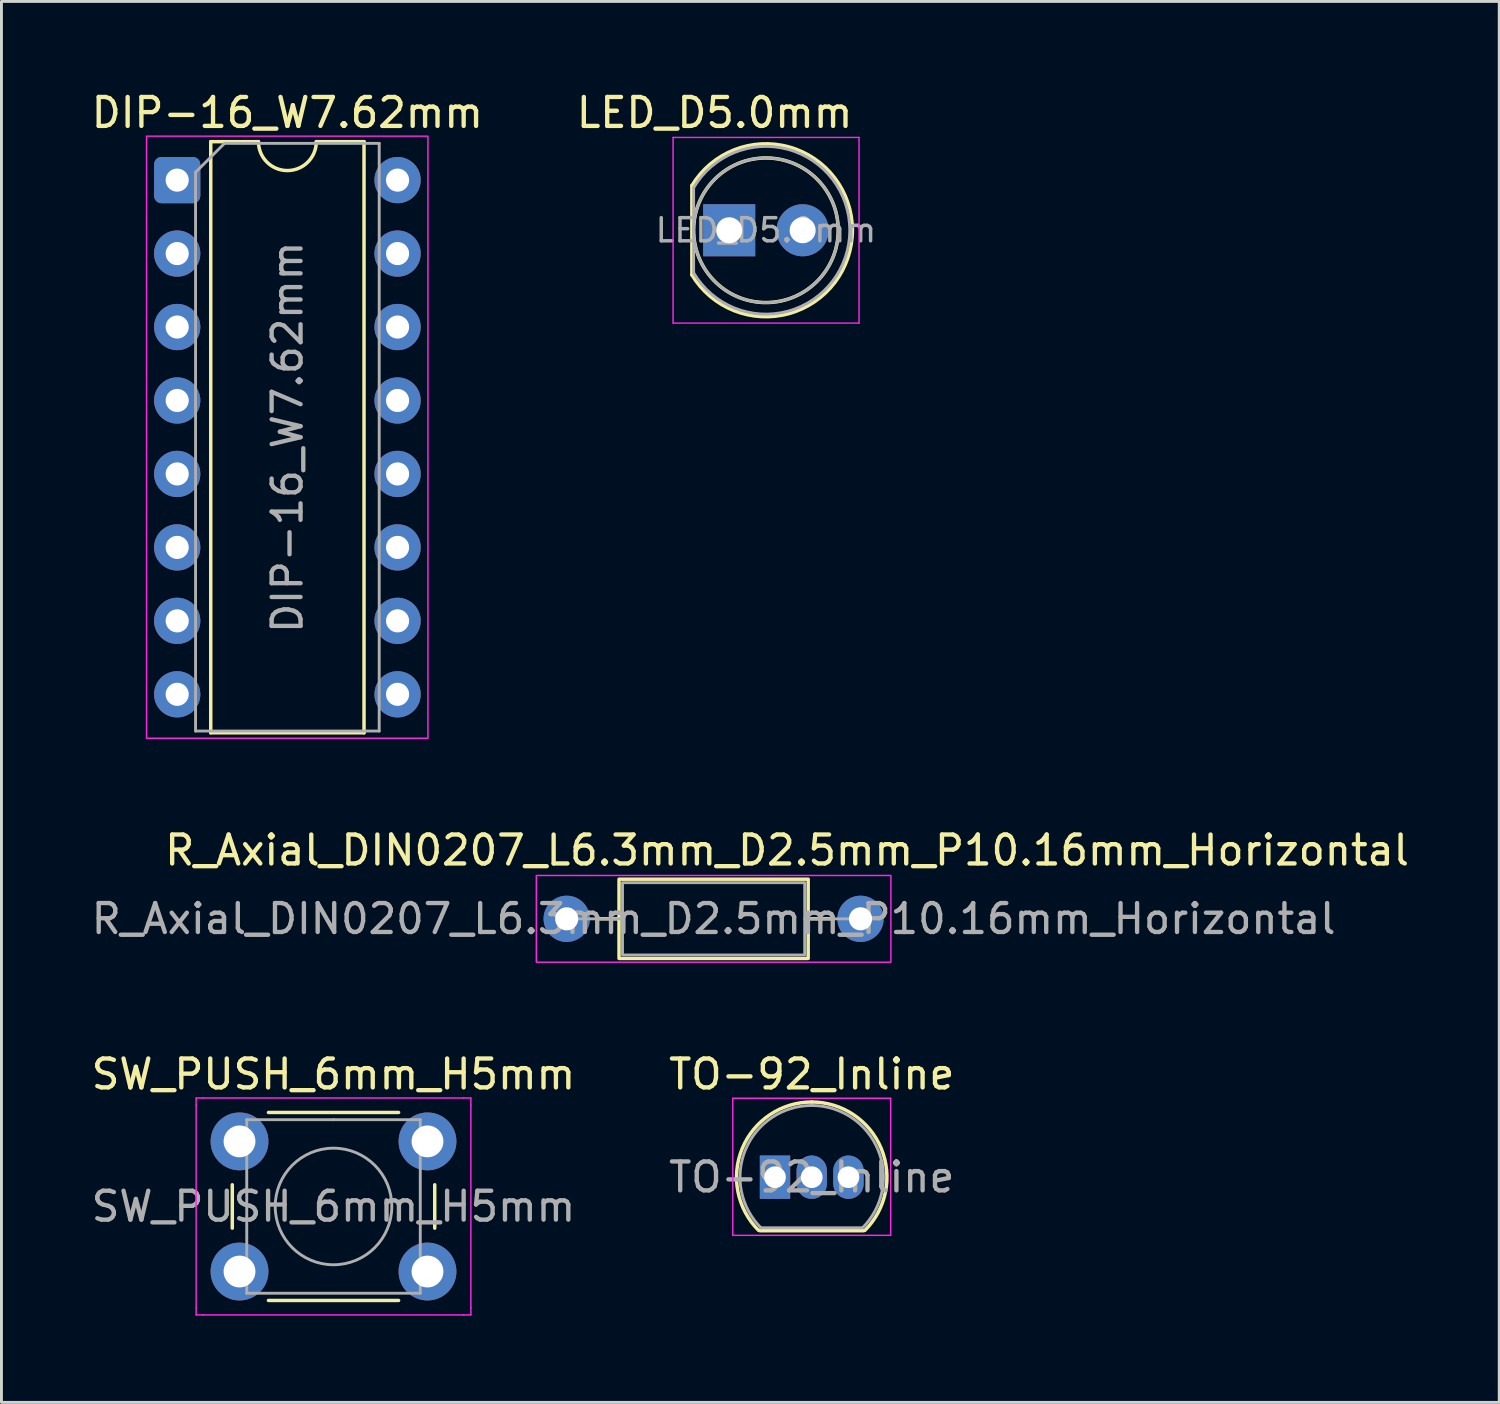
<source format=kicad_pcb>
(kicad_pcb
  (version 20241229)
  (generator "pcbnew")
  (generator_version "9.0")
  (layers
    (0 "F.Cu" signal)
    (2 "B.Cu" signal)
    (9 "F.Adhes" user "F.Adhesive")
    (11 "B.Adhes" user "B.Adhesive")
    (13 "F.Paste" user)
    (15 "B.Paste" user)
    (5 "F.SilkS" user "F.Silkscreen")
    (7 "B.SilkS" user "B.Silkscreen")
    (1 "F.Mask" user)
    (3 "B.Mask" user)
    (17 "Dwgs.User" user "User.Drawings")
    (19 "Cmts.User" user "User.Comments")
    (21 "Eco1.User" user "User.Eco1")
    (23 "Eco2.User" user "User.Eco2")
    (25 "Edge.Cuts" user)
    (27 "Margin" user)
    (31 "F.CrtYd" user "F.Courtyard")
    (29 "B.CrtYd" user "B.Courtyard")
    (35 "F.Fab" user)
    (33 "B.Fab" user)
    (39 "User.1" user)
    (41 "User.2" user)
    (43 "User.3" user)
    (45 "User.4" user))
  (footprint "R_Axial_DIN0207_L6.3mm_D2.5mm_P10.16mm_Horizontal"
    (layer "F.Cu")
    (at 16.545 28.721)
    (property "Reference" "R_Axial_DIN0207_L6.3mm_D2.5mm_P10.16mm_Horizontal" (at 7.62 -2.37 180) (layer "F.SilkS") (effects (font (size 1 1) (thickness 0.15))))
    (attr through_hole)
    (fp_line (start 1.04 0) (end 1.81 0) (stroke (width 0.12) (type solid)) (layer "F.SilkS"))
    (fp_line (start 9.12 0) (end 8.35 0) (stroke (width 0.12) (type solid)) (layer "F.SilkS"))
    (fp_rect (start 1.81 -1.37) (end 8.35 1.37) (stroke (width 0.12) (type solid)) (fill no) (layer "F.SilkS"))
    (fp_rect (start -1.05 -1.5) (end 11.21 1.5) (stroke (width 0.05) (type solid)) (fill no) (layer "F.CrtYd"))
    (fp_line (start 0 0) (end 1.93 0) (stroke (width 0.1) (type solid)) (layer "F.Fab"))
    (fp_line (start 10.16 0) (end 8.23 0) (stroke (width 0.1) (type solid)) (layer "F.Fab"))
    (fp_rect (start 1.93 -1.25) (end 8.23 1.25) (stroke (width 0.1) (type solid)) (fill no) (layer "F.Fab"))
    (fp_text user "${REFERENCE}" (at 5.08 0 180) (layer "F.Fab") (effects (font (size 1 1) (thickness 0.15))))
    (pad "1" thru_hole circle (at 0 0) (size 1.6 1.6) (drill 0.8) (layers "*.Cu" "*.Mask"))
    (pad "2" thru_hole circle (at 10.16 0) (size 1.6 1.6) (drill 0.8) (layers "*.Cu" "*.Mask")))
  (footprint "DIP-16_W7.62mm"
    (layer "F.Cu")
    (at 3.077 3.178)
    (property "Reference" "DIP-16_W7.62mm" (at 3.81 -2.33 0) (layer "F.SilkS") (effects (font (size 1 1) (thickness 0.15))))
    (attr through_hole)
    (fp_line (start 1.16 -1.33) (end 1.16 19.11) (stroke (width 0.12) (type solid)) (layer "F.SilkS"))
    (fp_line (start 1.16 19.11) (end 6.46 19.11) (stroke (width 0.12) (type solid)) (layer "F.SilkS"))
    (fp_line (start 2.81 -1.33) (end 1.16 -1.33) (stroke (width 0.12) (type solid)) (layer "F.SilkS"))
    (fp_line (start 6.46 -1.33) (end 4.81 -1.33) (stroke (width 0.12) (type solid)) (layer "F.SilkS"))
    (fp_line (start 6.46 19.11) (end 6.46 -1.33) (stroke (width 0.12) (type solid)) (layer "F.SilkS"))
    (fp_arc (start 4.81 -1.33) (mid 3.81 -0.33) (end 2.81 -1.33) (stroke (width 0.12) (type solid)) (layer "F.SilkS"))
    (fp_rect (start -1.06 -1.52) (end 8.67 19.3) (stroke (width 0.05) (type solid)) (fill no) (layer "F.CrtYd"))
    (fp_line (start 0.635 -0.27) (end 1.635 -1.27) (stroke (width 0.1) (type solid)) (layer "F.Fab"))
    (fp_line (start 0.635 19.05) (end 0.635 -0.27) (stroke (width 0.1) (type solid)) (layer "F.Fab"))
    (fp_line (start 1.635 -1.27) (end 6.985 -1.27) (stroke (width 0.1) (type solid)) (layer "F.Fab"))
    (fp_line (start 6.985 -1.27) (end 6.985 19.05) (stroke (width 0.1) (type solid)) (layer "F.Fab"))
    (fp_line (start 6.985 19.05) (end 0.635 19.05) (stroke (width 0.1) (type solid)) (layer "F.Fab"))
    (fp_text user "${REFERENCE}" (at 3.81 8.89 270) (layer "F.Fab") (effects (font (size 1 1) (thickness 0.15))))
    (pad "1" thru_hole roundrect (at 0 0) (size 1.6 1.6) (drill 0.8) (layers "*.Cu" "*.Mask") (roundrect_rratio 0.156))
    (pad "2" thru_hole circle (at 0 2.54) (size 1.6 1.6) (drill 0.8) (layers "*.Cu" "*.Mask"))
    (pad "3" thru_hole circle (at 0 5.08) (size 1.6 1.6) (drill 0.8) (layers "*.Cu" "*.Mask"))
    (pad "4" thru_hole circle (at 0 7.62) (size 1.6 1.6) (drill 0.8) (layers "*.Cu" "*.Mask"))
    (pad "5" thru_hole circle (at 0 10.16) (size 1.6 1.6) (drill 0.8) (layers "*.Cu" "*.Mask"))
    (pad "6" thru_hole circle (at 0 12.7) (size 1.6 1.6) (drill 0.8) (layers "*.Cu" "*.Mask"))
    (pad "7" thru_hole circle (at 0 15.24) (size 1.6 1.6) (drill 0.8) (layers "*.Cu" "*.Mask"))
    (pad "8" thru_hole circle (at 0 17.78) (size 1.6 1.6) (drill 0.8) (layers "*.Cu" "*.Mask"))
    (pad "9" thru_hole circle (at 7.62 17.78) (size 1.6 1.6) (drill 0.8) (layers "*.Cu" "*.Mask"))
    (pad "10" thru_hole circle (at 7.62 15.24) (size 1.6 1.6) (drill 0.8) (layers "*.Cu" "*.Mask"))
    (pad "11" thru_hole circle (at 7.62 12.7) (size 1.6 1.6) (drill 0.8) (layers "*.Cu" "*.Mask"))
    (pad "12" thru_hole circle (at 7.62 10.16) (size 1.6 1.6) (drill 0.8) (layers "*.Cu" "*.Mask"))
    (pad "13" thru_hole circle (at 7.62 7.62) (size 1.6 1.6) (drill 0.8) (layers "*.Cu" "*.Mask"))
    (pad "14" thru_hole circle (at 7.62 5.08) (size 1.6 1.6) (drill 0.8) (layers "*.Cu" "*.Mask"))
    (pad "15" thru_hole circle (at 7.62 2.54) (size 1.6 1.6) (drill 0.8) (layers "*.Cu" "*.Mask"))
    (pad "16" thru_hole circle (at 7.62 0) (size 1.6 1.6) (drill 0.8) (layers "*.Cu" "*.Mask")))
  (footprint "TO-92_Inline"
    (layer "F.Cu")
    (at 23.748 37.655)
    (property "Reference" "TO-92_Inline" (at 1.27 -3.56 180) (layer "F.SilkS") (effects (font (size 1 1) (thickness 0.15))))
    (attr through_hole)
    (fp_line (start -0.53 1.85) (end 3.07 1.85) (stroke (width 0.12) (type solid)) (layer "F.SilkS"))
    (fp_arc (start -0.568478 1.838478) (mid -1.132087 -0.994977) (end 1.27 -2.6) (stroke (width 0.12) (type solid)) (layer "F.SilkS"))
    (fp_arc (start 1.27 -2.6) (mid 3.672087 -0.994977) (end 3.108478 1.838478) (stroke (width 0.12) (type solid)) (layer "F.SilkS"))
    (fp_line (start -1.46 -2.73) (end -1.46 2.01) (stroke (width 0.05) (type solid)) (layer "F.CrtYd"))
    (fp_line (start -1.46 -2.73) (end 4 -2.73) (stroke (width 0.05) (type solid)) (layer "F.CrtYd"))
    (fp_line (start 4 2.01) (end -1.46 2.01) (stroke (width 0.05) (type solid)) (layer "F.CrtYd"))
    (fp_line (start 4 2.01) (end 4 -2.73) (stroke (width 0.05) (type solid)) (layer "F.CrtYd"))
    (fp_line (start -0.5 1.75) (end 3 1.75) (stroke (width 0.1) (type solid)) (layer "F.Fab"))
    (fp_arc (start -0.483625 1.753625) (mid -1.021221 -0.949055) (end 1.27 -2.48) (stroke (width 0.1) (type solid)) (layer "F.Fab"))
    (fp_arc (start 1.27 -2.48) (mid 3.561221 -0.949055) (end 3.023625 1.753625) (stroke (width 0.1) (type solid)) (layer "F.Fab"))
    (fp_text user "${REFERENCE}" (at 1.27 0 180) (layer "F.Fab") (effects (font (size 1 1) (thickness 0.15))))
    (pad "1" thru_hole rect (at 0 0) (size 1.05 1.5) (drill 0.75) (layers "*.Cu" "*.Mask"))
    (pad "2" thru_hole oval (at 1.27 0) (size 1.05 1.5) (drill 0.75) (layers "*.Cu" "*.Mask"))
    (pad "3" thru_hole oval (at 2.54 0) (size 1.05 1.5) (drill 0.75) (layers "*.Cu" "*.Mask")))
  (footprint "LED_D5.0mm"
    (layer "F.Cu")
    (at 22.164 4.912)
    (property "Reference" "LED_D5.0mm" (at -0.503 -4.064 0) (layer "F.SilkS") (effects (font (size 1 1) (thickness 0.15))))
    (attr through_hole)
    (fp_line (start -1.29 -1.545) (end -1.29 1.545) (stroke (width 0.12) (type solid)) (layer "F.SilkS"))
    (fp_arc (start -1.29 -1.54483) (mid 2.071779 -2.880495) (end 4.26 0) (stroke (width 0.12) (type solid)) (layer "F.SilkS"))
    (fp_arc (start 4.26 0) (mid 2.071779 2.880495) (end -1.29 1.54483) (stroke (width 0.12) (type solid)) (layer "F.SilkS"))
    (fp_circle (center 1.27 0) (end 3.77 0) (stroke (width 0.12) (type solid)) (fill no) (layer "F.SilkS"))
    (fp_line (start -1.94 -3.21) (end -1.94 3.21) (stroke (width 0.05) (type solid)) (layer "F.CrtYd"))
    (fp_line (start -1.94 3.21) (end 4.49 3.21) (stroke (width 0.05) (type solid)) (layer "F.CrtYd"))
    (fp_line (start 4.49 -3.21) (end -1.94 -3.21) (stroke (width 0.05) (type solid)) (layer "F.CrtYd"))
    (fp_line (start 4.49 3.21) (end 4.49 -3.21) (stroke (width 0.05) (type solid)) (layer "F.CrtYd"))
    (fp_line (start -1.23 -1.47) (end -1.23 1.47) (stroke (width 0.1) (type solid)) (layer "F.Fab"))
    (fp_arc (start -1.23 -1.469694) (mid 4.17 0) (end -1.23 1.469694) (stroke (width 0.1) (type solid)) (layer "F.Fab"))
    (fp_circle (center 1.27 0) (end 3.77 0) (stroke (width 0.1) (type solid)) (fill no) (layer "F.Fab"))
    (fp_text user "${REFERENCE}" (at 1.27 0 0) (layer "F.Fab") (effects (font (size 0.8 0.8) (thickness 0.12))))
    (pad "1" thru_hole rect (at 0 0) (size 1.8 1.8) (drill 0.9) (layers "*.Cu" "*.Mask"))
    (pad "2" thru_hole circle (at 2.54 0) (size 1.8 1.8) (drill 0.9) (layers "*.Cu" "*.Mask")))
  (footprint "SW_PUSH_6mm_H5mm"
    (layer "F.Cu")
    (at 5.232 36.417)
    (property "Reference" "SW_PUSH_6mm_H5mm" (at 3.25 -2.322 0) (layer "F.SilkS") (effects (font (size 1 1) (thickness 0.15))))
    (attr through_hole)
    (fp_line (start -0.25 1.5) (end -0.25 3) (stroke (width 0.12) (type solid)) (layer "F.SilkS"))
    (fp_line (start 1 5.5) (end 5.5 5.5) (stroke (width 0.12) (type solid)) (layer "F.SilkS"))
    (fp_line (start 5.5 -1) (end 1 -1) (stroke (width 0.12) (type solid)) (layer "F.SilkS"))
    (fp_line (start 6.75 3) (end 6.75 1.5) (stroke (width 0.12) (type solid)) (layer "F.SilkS"))
    (fp_line (start -1.5 -1.5) (end -1.25 -1.5) (stroke (width 0.05) (type solid)) (layer "F.CrtYd"))
    (fp_line (start -1.5 -1.25) (end -1.5 -1.5) (stroke (width 0.05) (type solid)) (layer "F.CrtYd"))
    (fp_line (start -1.5 5.75) (end -1.5 -1.25) (stroke (width 0.05) (type solid)) (layer "F.CrtYd"))
    (fp_line (start -1.5 5.75) (end -1.5 6) (stroke (width 0.05) (type solid)) (layer "F.CrtYd"))
    (fp_line (start -1.5 6) (end -1.25 6) (stroke (width 0.05) (type solid)) (layer "F.CrtYd"))
    (fp_line (start -1.25 -1.5) (end 7.75 -1.5) (stroke (width 0.05) (type solid)) (layer "F.CrtYd"))
    (fp_line (start 7.75 -1.5) (end 8 -1.5) (stroke (width 0.05) (type solid)) (layer "F.CrtYd"))
    (fp_line (start 7.75 6) (end -1.25 6) (stroke (width 0.05) (type solid)) (layer "F.CrtYd"))
    (fp_line (start 7.75 6) (end 8 6) (stroke (width 0.05) (type solid)) (layer "F.CrtYd"))
    (fp_line (start 8 -1.5) (end 8 -1.25) (stroke (width 0.05) (type solid)) (layer "F.CrtYd"))
    (fp_line (start 8 -1.25) (end 8 5.75) (stroke (width 0.05) (type solid)) (layer "F.CrtYd"))
    (fp_line (start 8 6) (end 8 5.75) (stroke (width 0.05) (type solid)) (layer "F.CrtYd"))
    (fp_line (start 0.25 -0.75) (end 3.25 -0.75) (stroke (width 0.1) (type solid)) (layer "F.Fab"))
    (fp_line (start 0.25 5.25) (end 0.25 -0.75) (stroke (width 0.1) (type solid)) (layer "F.Fab"))
    (fp_line (start 3.25 -0.75) (end 6.25 -0.75) (stroke (width 0.1) (type solid)) (layer "F.Fab"))
    (fp_line (start 6.25 -0.75) (end 6.25 5.25) (stroke (width 0.1) (type solid)) (layer "F.Fab"))
    (fp_line (start 6.25 5.25) (end 0.25 5.25) (stroke (width 0.1) (type solid)) (layer "F.Fab"))
    (fp_circle (center 3.25 2.25) (end 1.25 2.5) (stroke (width 0.1) (type solid)) (fill no) (layer "F.Fab"))
    (fp_text user "${REFERENCE}" (at 3.25 2.25 0) (layer "F.Fab") (effects (font (size 1 1) (thickness 0.15))))
    (pad "1" thru_hole circle (at 0 0 90) (size 2 2) (drill 1.1) (layers "*.Cu" "*.Mask"))
    (pad "1" thru_hole circle (at 6.5 0 90) (size 2 2) (drill 1.1) (layers "*.Cu" "*.Mask"))
    (pad "2" thru_hole circle (at 0 4.5 90) (size 2 2) (drill 1.1) (layers "*.Cu" "*.Mask"))
    (pad "2" thru_hole circle (at 6.5 4.5 90) (size 2 2) (drill 1.1) (layers "*.Cu" "*.Mask")))
  (gr_rect
    (start -3 -3)
    (end 48.79 45.442)
    (stroke (width 0.1) (type default))
    (fill no)
    (layer "Edge.Cuts")))
</source>
